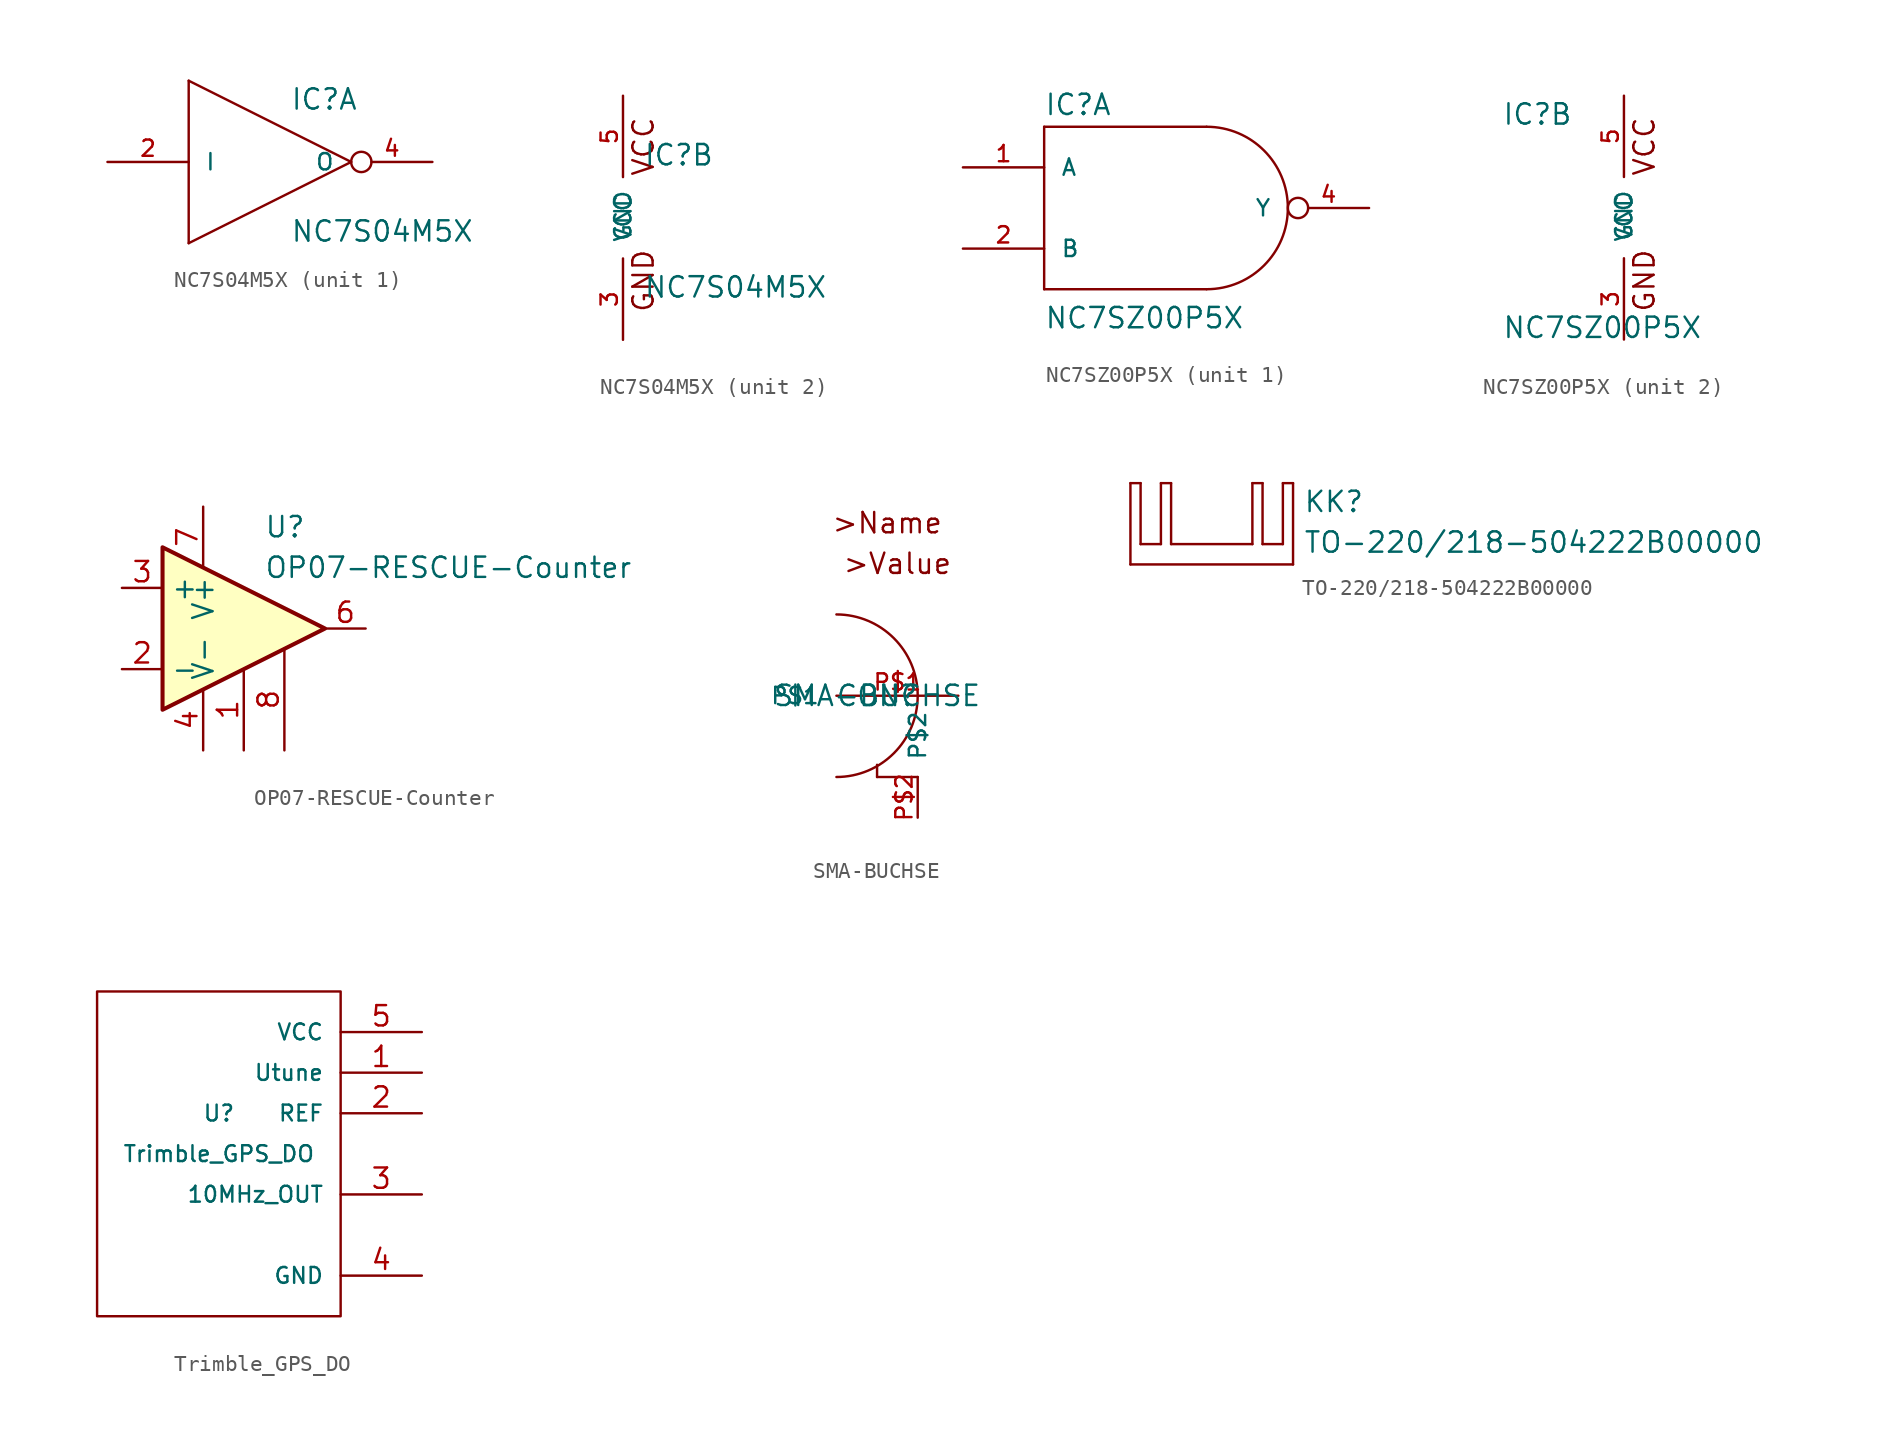
<source format=kicad_sym>
(kicad_symbol_lib
  (version 20231120)
  (generator "kicad_symbol_editor")
  (generator_version "8.0")
  (symbol "NC7S04M5X"
    (pin_names
      (offset 1.016))
    (property "Reference" "IC"
      (at 1.27 3.175 0)
      (effects (font (size 1.27 1.27)) (justify left bottom)))
    (property "Value" "NC7S04M5X"
      (at 1.27 -5.08 0)
      (effects (font (size 1.27 1.27)) (justify left bottom)))
    (property "ki_locked" ""
      (at 0 0 0)
      (effects (font (size 1.27 1.27))))
    (symbol "NC7S04M5X_1_0"
      (polyline (pts (xy -5.08 -5.08) (xy -5.08 5.08)) (stroke (width 0) (type solid)) (fill (type none)))
      (polyline (pts (xy -5.08 5.08) (xy 5.08 0)) (stroke (width 0) (type solid)) (fill (type none)))
      (polyline (pts (xy 5.08 0) (xy -5.08 -5.08)) (stroke (width 0) (type solid)) (fill (type none))))
    (symbol "NC7S04M5X_1_1"
      (pin input line (at -10.16 0 0) (length 5.08) (name "I" (effects (font (size 1.016 1.016)))) (number "2" (effects (font (size 1.016 1.016)))))
      (pin output inverted (at 10.16 0 180) (length 5.08) (name "O" (effects (font (size 1.016 1.016)))) (number "4" (effects (font (size 1.016 1.016))))))
    (symbol "NC7S04M5X_2_0"
      (text "GND" (at 1.27 -3.937 1) (effects (font (size 1.27 1.27))))
      (text "VCC" (at 1.27 4.445 1) (effects (font (size 1.27 1.27)))))
    (symbol "NC7S04M5X_2_1"
      (pin power_in line (at 0 -7.62 90) (length 5.08) (name "GND" (effects (font (size 1.016 1.016)))) (number "3" (effects (font (size 1.016 1.016)))))
      (pin power_in line (at 0 7.62 270) (length 5.08) (name "VCC" (effects (font (size 1.016 1.016)))) (number "5" (effects (font (size 1.016 1.016)))))))
  (symbol "NC7SZ00P5X"
    (pin_names
      (offset 1.016))
    (property "Reference" "IC"
      (at -7.62 5.715 0)
      (effects (font (size 1.27 1.27)) (justify left bottom)))
    (property "Value" "NC7SZ00P5X"
      (at -7.62 -7.62 0)
      (effects (font (size 1.27 1.27)) (justify left bottom)))
    (property "ki_locked" ""
      (at 0 0 0)
      (effects (font (size 1.27 1.27))))
    (symbol "NC7SZ00P5X_1_0"
      (polyline (pts (xy -7.62 -5.08) (xy 2.54 -5.08)) (stroke (width 0) (type solid)) (fill (type none)))
      (polyline (pts (xy -7.62 5.08) (xy -7.62 -5.08)) (stroke (width 0) (type solid)) (fill (type none)))
      (polyline (pts (xy 2.54 5.08) (xy -7.62 5.08)) (stroke (width 0) (type solid)) (fill (type none))))
    (symbol "NC7SZ00P5X_1_1"
      (arc (start 2.54 -5.08) (mid 7.62 0) (end 2.54 5.08) (stroke (width 0) (type solid)) (fill (type none)))
      (pin input line (at -12.7 2.54 0) (length 5.08) (name "A" (effects (font (size 1.016 1.016)))) (number "1" (effects (font (size 1.016 1.016)))))
      (pin input line (at -12.7 -2.54 0) (length 5.08) (name "B" (effects (font (size 1.016 1.016)))) (number "2" (effects (font (size 1.016 1.016)))))
      (pin output inverted (at 12.7 0 180) (length 5.08) (name "Y" (effects (font (size 1.016 1.016)))) (number "4" (effects (font (size 1.016 1.016))))))
    (symbol "NC7SZ00P5X_2_0"
      (text "GND" (at 1.27 -3.937 1) (effects (font (size 1.27 1.27))))
      (text "VCC" (at 1.27 4.445 1) (effects (font (size 1.27 1.27)))))
    (symbol "NC7SZ00P5X_2_1"
      (pin power_in line (at 0 -7.62 90) (length 5.08) (name "GND" (effects (font (size 1.016 1.016)))) (number "3" (effects (font (size 1.016 1.016)))))
      (pin power_in line (at 0 7.62 270) (length 5.08) (name "VCC" (effects (font (size 1.016 1.016)))) (number "5" (effects (font (size 1.016 1.016)))))))
  (symbol "OP07-RESCUE-Counter"
    (property "Reference" "U"
      (at 1.27 6.35 0)
      (effects (font (size 1.27 1.27)) (justify left)))
    (property "Value" "OP07-RESCUE-Counter"
      (at 1.27 3.81 0)
      (effects (font (size 1.27 1.27)) (justify left)))
    (symbol "OP07-RESCUE-Counter_0_1"
      (polyline (pts (xy -5.08 5.08) (xy 5.08 0) (xy -5.08 -5.08) (xy -5.08 5.08)) (stroke (width 0.254) (type solid)) (fill (type background))))
    (symbol "OP07-RESCUE-Counter_1_1"
      (pin input line (at 0 -7.62 90) (length 5.08) (name "~" (effects (font (size 1.27 1.27)))) (number "1" (effects (font (size 1.27 1.27)))))
      (pin input line (at -7.62 -2.54 0) (length 2.54) (name "-" (effects (font (size 1.27 1.27)))) (number "2" (effects (font (size 1.27 1.27)))))
      (pin input line (at -7.62 2.54 0) (length 2.54) (name "+" (effects (font (size 1.27 1.27)))) (number "3" (effects (font (size 1.27 1.27)))))
      (pin power_in line (at -2.54 -7.62 90) (length 3.81) (name "V-" (effects (font (size 1.27 1.27)))) (number "4" (effects (font (size 1.27 1.27)))))
      (pin no_connect line (at 0 2.54 270) (length 2.54) hide (name "NC" (effects (font (size 1.27 1.27)))) (number "5" (effects (font (size 1.27 1.27)))))
      (pin output line (at 7.62 0 180) (length 2.54) (name "~" (effects (font (size 1.27 1.27)))) (number "6" (effects (font (size 1.27 1.27)))))
      (pin power_in line (at -2.54 7.62 270) (length 3.81) (name "V+" (effects (font (size 1.27 1.27)))) (number "7" (effects (font (size 1.27 1.27)))))
      (pin input line (at 2.54 -7.62 90) (length 6.35) (name "~" (effects (font (size 1.27 1.27)))) (number "8" (effects (font (size 1.27 1.27)))))))
  (symbol "SMA-BUCHSE"
    (pin_names
      (offset 1.016))
    (property "Reference" "CON"
      (at 0 0 0)
      (effects (font (size 1.27 1.27))))
    (property "Value" "SMA-BUCHSE"
      (at 0 0 0)
      (effects (font (size 1.27 1.27))))
    (property "ki_locked" ""
      (at 0 0 0)
      (effects (font (size 1.27 1.27))))
    (symbol "SMA-BUCHSE_1_0"
      (polyline (pts (xy 0 -5.08) (xy 0 -4.318)) (stroke (width 0) (type solid)) (fill (type none)))
      (polyline (pts (xy 2.54 -5.08) (xy 0 -5.08)) (stroke (width 0) (type solid)) (fill (type none)))
      (text ">Name" (at 0.635 10.795 0) (effects (font (size 1.27 1.27))))
      (text ">Value" (at 1.27 8.255 0) (effects (font (size 1.27 1.27)))))
    (symbol "SMA-BUCHSE_1_1"
      (arc (start -2.54 -5.08) (mid 2.54 0) (end -2.54 5.08) (stroke (width 0) (type solid)) (fill (type none)))
      (pin bidirectional line (at 5.08 0 180) (length 7.62) (name "P$1" (effects (font (size 1.016 1.016)))) (number "P$1" (effects (font (size 1.016 1.016)))))
      (pin bidirectional line (at 2.54 -7.62 90) (length 2.54) (name "P$2" (effects (font (size 1.016 1.016)))) (number "P$2" (effects (font (size 1.016 1.016)))))))
  (symbol "TO-220/218-504222B00000"
    (pin_names
      (offset 1.016))
    (property "Reference" "KK"
      (at 5.715 3.175 0)
      (effects (font (size 1.27 1.27)) (justify left bottom)))
    (property "Value" "TO-220/218-504222B00000"
      (at 5.715 0.635 0)
      (effects (font (size 1.27 1.27)) (justify left bottom)))
    (property "ki_locked" ""
      (at 0 0 0)
      (effects (font (size 1.27 1.27))))
    (symbol "TO-220/218-504222B00000_1_0"
      (polyline (pts (xy -5.08 0) (xy 5.08 0)) (stroke (width 0) (type solid)) (fill (type none)))
      (polyline (pts (xy -5.08 5.08) (xy -5.08 0)) (stroke (width 0) (type solid)) (fill (type none)))
      (polyline (pts (xy -4.445 1.27) (xy -4.445 5.08)) (stroke (width 0) (type solid)) (fill (type none)))
      (polyline (pts (xy -4.445 5.08) (xy -5.08 5.08)) (stroke (width 0) (type solid)) (fill (type none)))
      (polyline (pts (xy -3.175 1.27) (xy -4.445 1.27)) (stroke (width 0) (type solid)) (fill (type none)))
      (polyline (pts (xy -3.175 5.08) (xy -3.175 1.27)) (stroke (width 0) (type solid)) (fill (type none)))
      (polyline (pts (xy -2.54 1.27) (xy -2.54 5.08)) (stroke (width 0) (type solid)) (fill (type none)))
      (polyline (pts (xy -2.54 5.08) (xy -3.175 5.08)) (stroke (width 0) (type solid)) (fill (type none)))
      (polyline (pts (xy 2.54 1.27) (xy -2.54 1.27)) (stroke (width 0) (type solid)) (fill (type none)))
      (polyline (pts (xy 2.54 5.08) (xy 2.54 1.27)) (stroke (width 0) (type solid)) (fill (type none)))
      (polyline (pts (xy 3.175 1.27) (xy 3.175 5.08)) (stroke (width 0) (type solid)) (fill (type none)))
      (polyline (pts (xy 3.175 5.08) (xy 2.54 5.08)) (stroke (width 0) (type solid)) (fill (type none)))
      (polyline (pts (xy 4.445 1.27) (xy 3.175 1.27)) (stroke (width 0) (type solid)) (fill (type none)))
      (polyline (pts (xy 4.445 5.08) (xy 4.445 1.27)) (stroke (width 0) (type solid)) (fill (type none)))
      (polyline (pts (xy 5.08 0) (xy 5.08 5.08)) (stroke (width 0) (type solid)) (fill (type none)))
      (polyline (pts (xy 5.08 5.08) (xy 4.445 5.08)) (stroke (width 0) (type solid)) (fill (type none)))))
  (symbol "Trimble_GPS_DO"
    (pin_names
      (offset 1.016))
    (property "Reference" "U"
      (at 0 2.54 0)
      (effects (font (size 0.991 0.991))))
    (property "Value" "Trimble_GPS_DO"
      (at 0 0 0)
      (effects (font (size 0.991 0.991))))
    (symbol "Trimble_GPS_DO_0_1"
      (polyline (pts (xy -7.62 0) (xy -7.62 10.16) (xy 7.62 10.16) (xy 7.62 -10.16) (xy -7.62 -10.16) (xy -7.62 0)) (stroke (width 0) (type solid)) (fill (type none))))
    (symbol "Trimble_GPS_DO_1_1"
      (pin input line (at 12.7 5.08 180) (length 5.08) (name "Utune" (effects (font (size 0.991 0.991)))) (number "1" (effects (font (size 1.27 1.27)))))
      (pin output line (at 12.7 2.54 180) (length 5.08) (name "REF" (effects (font (size 0.991 0.991)))) (number "2" (effects (font (size 1.27 1.27)))))
      (pin output line (at 12.7 -2.54 180) (length 5.08) (name "10MHz_OUT" (effects (font (size 0.991 0.991)))) (number "3" (effects (font (size 1.27 1.27)))))
      (pin power_in line (at 12.7 -7.62 180) (length 5.08) (name "GND" (effects (font (size 0.991 0.991)))) (number "4" (effects (font (size 1.27 1.27)))))
      (pin power_in line (at 12.7 7.62 180) (length 5.08) (name "VCC" (effects (font (size 0.991 0.991)))) (number "5" (effects (font (size 1.27 1.27))))))))
</source>
